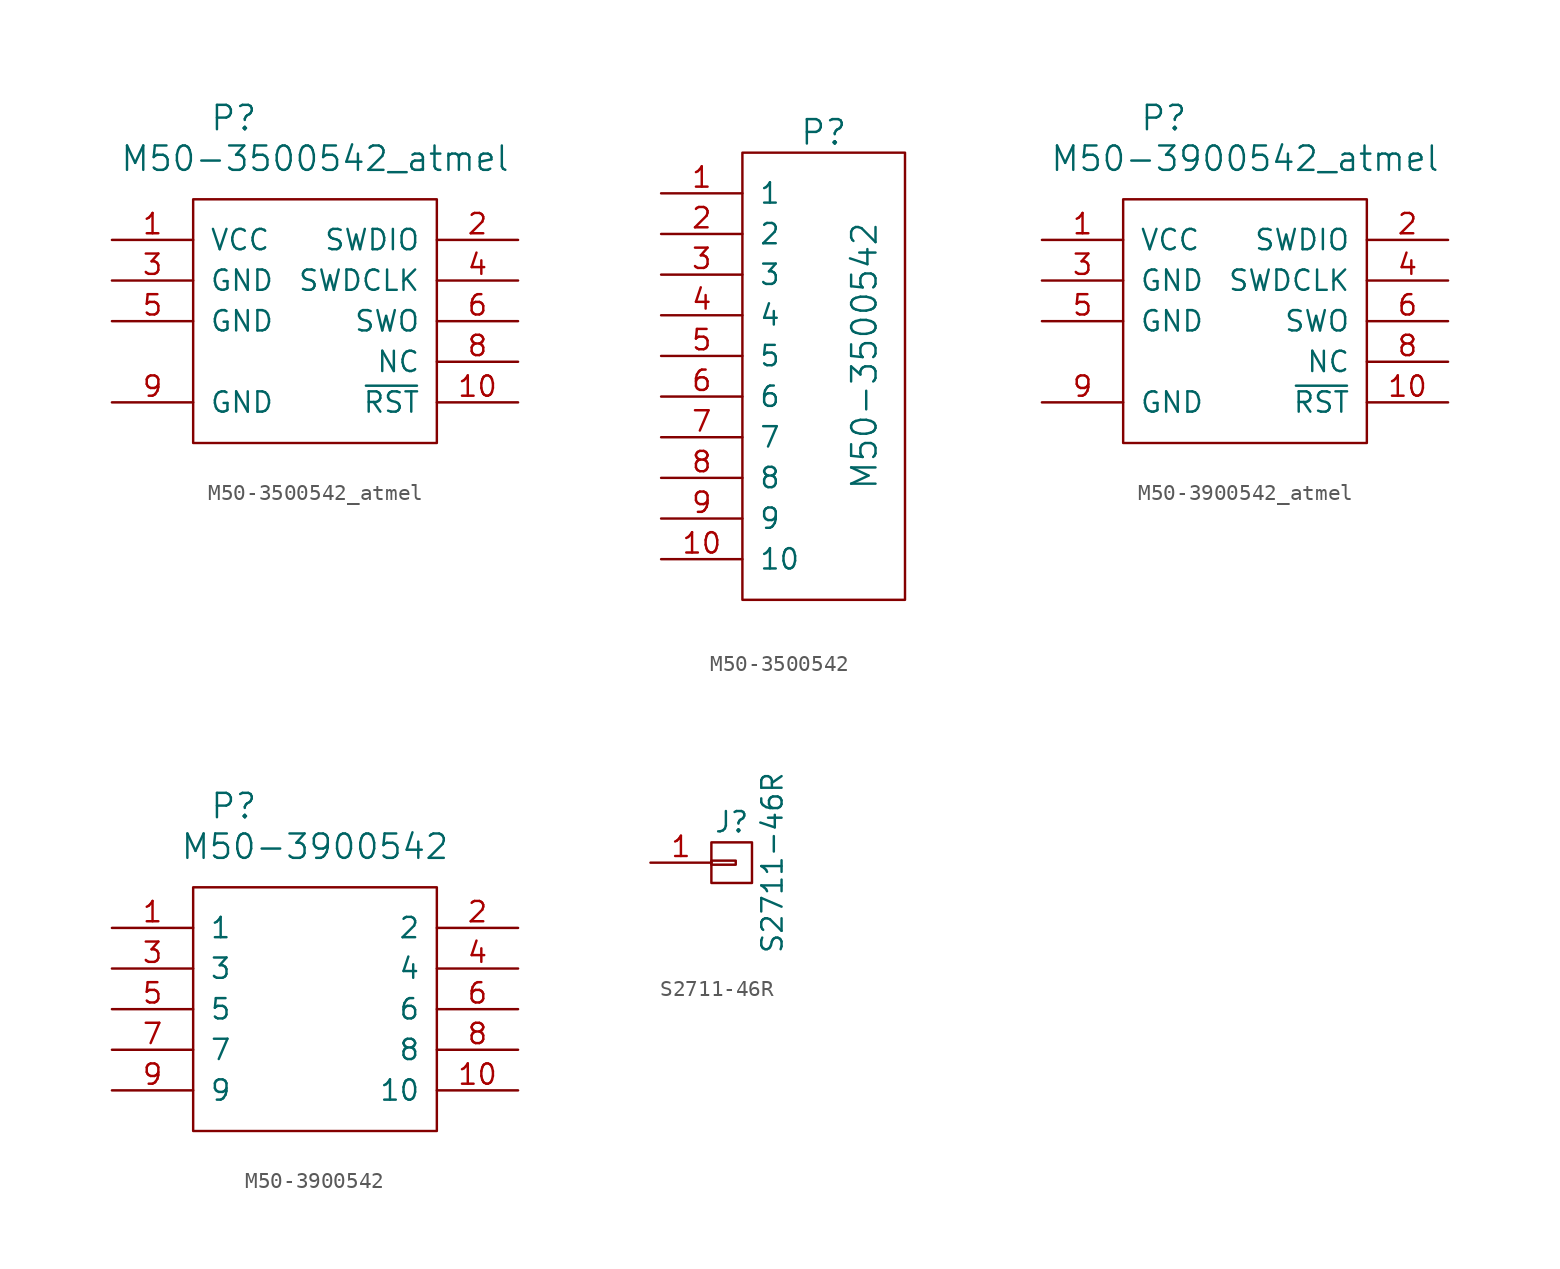
<source format=kicad_sym>
(kicad_symbol_lib
  (version 20220914)
  (generator kicad_symbol_editor)
  (symbol "M50-3500542_atmel"
    (pin_names
      (offset 1.016))
    (property "Reference" "P"
      (at 2.54 20.32 0)
      (effects (font (size 1.524 1.524))))
    (property "Value" "M50-3500542_atmel"
      (at 7.62 17.78 0)
      (effects (font (size 1.524 1.524))))
    (symbol "M50-3500542_atmel_0_1"
      (rectangle (start 0 0) (end 15.24 15.24) (stroke (width 0) (type solid)) (fill (type none))))
    (symbol "M50-3500542_atmel_1_1"
      (pin passive line (at -5.08 12.7 0) (length 5.08) (name "VCC" (effects (font (size 1.27 1.27)))) (number "1" (effects (font (size 1.27 1.27)))))
      (pin passive line (at 20.32 2.54 180) (length 5.08) (name "~{RST}" (effects (font (size 1.27 1.27)))) (number "10" (effects (font (size 1.27 1.27)))))
      (pin passive line (at 20.32 12.7 180) (length 5.08) (name "SWDIO" (effects (font (size 1.27 1.27)))) (number "2" (effects (font (size 1.27 1.27)))))
      (pin passive line (at -5.08 10.16 0) (length 5.08) (name "GND" (effects (font (size 1.27 1.27)))) (number "3" (effects (font (size 1.27 1.27)))))
      (pin passive line (at 20.32 10.16 180) (length 5.08) (name "SWDCLK" (effects (font (size 1.27 1.27)))) (number "4" (effects (font (size 1.27 1.27)))))
      (pin passive line (at -5.08 7.62 0) (length 5.08) (name "GND" (effects (font (size 1.27 1.27)))) (number "5" (effects (font (size 1.27 1.27)))))
      (pin passive line (at 20.32 7.62 180) (length 5.08) (name "SWO" (effects (font (size 1.27 1.27)))) (number "6" (effects (font (size 1.27 1.27)))))
      (pin passive line (at 20.32 5.08 180) (length 5.08) (name "NC" (effects (font (size 1.27 1.27)))) (number "8" (effects (font (size 1.27 1.27)))))
      (pin passive line (at -5.08 2.54 0) (length 5.08) (name "GND" (effects (font (size 1.27 1.27)))) (number "9" (effects (font (size 1.27 1.27)))))))
  (symbol "M50-3500542"
    (pin_names
      (offset 1.016))
    (property "Reference" "P"
      (at 5.08 29.21 0)
      (effects (font (size 1.524 1.524))))
    (property "Value" "M50-3500542"
      (at 7.62 15.24 90)
      (effects (font (size 1.524 1.524))))
    (symbol "M50-3500542_0_1"
      (rectangle (start 0 0) (end 10.16 27.94) (stroke (width 0) (type solid)) (fill (type none))))
    (symbol "M50-3500542_1_1"
      (pin passive line (at -5.08 25.4 0) (length 5.08) (name "1" (effects (font (size 1.27 1.27)))) (number "1" (effects (font (size 1.27 1.27)))))
      (pin passive line (at -5.08 2.54 0) (length 5.08) (name "10" (effects (font (size 1.27 1.27)))) (number "10" (effects (font (size 1.27 1.27)))))
      (pin passive line (at -5.08 22.86 0) (length 5.08) (name "2" (effects (font (size 1.27 1.27)))) (number "2" (effects (font (size 1.27 1.27)))))
      (pin passive line (at -5.08 20.32 0) (length 5.08) (name "3" (effects (font (size 1.27 1.27)))) (number "3" (effects (font (size 1.27 1.27)))))
      (pin passive line (at -5.08 17.78 0) (length 5.08) (name "4" (effects (font (size 1.27 1.27)))) (number "4" (effects (font (size 1.27 1.27)))))
      (pin passive line (at -5.08 15.24 0) (length 5.08) (name "5" (effects (font (size 1.27 1.27)))) (number "5" (effects (font (size 1.27 1.27)))))
      (pin passive line (at -5.08 12.7 0) (length 5.08) (name "6" (effects (font (size 1.27 1.27)))) (number "6" (effects (font (size 1.27 1.27)))))
      (pin passive line (at -5.08 10.16 0) (length 5.08) (name "7" (effects (font (size 1.27 1.27)))) (number "7" (effects (font (size 1.27 1.27)))))
      (pin passive line (at -5.08 7.62 0) (length 5.08) (name "8" (effects (font (size 1.27 1.27)))) (number "8" (effects (font (size 1.27 1.27)))))
      (pin passive line (at -5.08 5.08 0) (length 5.08) (name "9" (effects (font (size 1.27 1.27)))) (number "9" (effects (font (size 1.27 1.27)))))))
  (symbol "M50-3900542_atmel"
    (pin_names
      (offset 1.016))
    (property "Reference" "P"
      (at 2.54 20.32 0)
      (effects (font (size 1.524 1.524))))
    (property "Value" "M50-3900542_atmel"
      (at 7.62 17.78 0)
      (effects (font (size 1.524 1.524))))
    (symbol "M50-3900542_atmel_0_1"
      (rectangle (start 0 0) (end 15.24 15.24) (stroke (width 0) (type solid)) (fill (type none))))
    (symbol "M50-3900542_atmel_1_1"
      (pin passive line (at -5.08 12.7 0) (length 5.08) (name "VCC" (effects (font (size 1.27 1.27)))) (number "1" (effects (font (size 1.27 1.27)))))
      (pin passive line (at 20.32 2.54 180) (length 5.08) (name "~{RST}" (effects (font (size 1.27 1.27)))) (number "10" (effects (font (size 1.27 1.27)))))
      (pin passive line (at 20.32 12.7 180) (length 5.08) (name "SWDIO" (effects (font (size 1.27 1.27)))) (number "2" (effects (font (size 1.27 1.27)))))
      (pin passive line (at -5.08 10.16 0) (length 5.08) (name "GND" (effects (font (size 1.27 1.27)))) (number "3" (effects (font (size 1.27 1.27)))))
      (pin passive line (at 20.32 10.16 180) (length 5.08) (name "SWDCLK" (effects (font (size 1.27 1.27)))) (number "4" (effects (font (size 1.27 1.27)))))
      (pin passive line (at -5.08 7.62 0) (length 5.08) (name "GND" (effects (font (size 1.27 1.27)))) (number "5" (effects (font (size 1.27 1.27)))))
      (pin passive line (at 20.32 7.62 180) (length 5.08) (name "SWO" (effects (font (size 1.27 1.27)))) (number "6" (effects (font (size 1.27 1.27)))))
      (pin passive line (at 20.32 5.08 180) (length 5.08) (name "NC" (effects (font (size 1.27 1.27)))) (number "8" (effects (font (size 1.27 1.27)))))
      (pin passive line (at -5.08 2.54 0) (length 5.08) (name "GND" (effects (font (size 1.27 1.27)))) (number "9" (effects (font (size 1.27 1.27)))))))
  (symbol "M50-3900542"
    (pin_names
      (offset 1.016))
    (property "Reference" "P"
      (at 2.54 20.32 0)
      (effects (font (size 1.524 1.524))))
    (property "Value" "M50-3900542"
      (at 7.62 17.78 0)
      (effects (font (size 1.524 1.524))))
    (symbol "M50-3900542_0_1"
      (rectangle (start 0 0) (end 15.24 15.24) (stroke (width 0) (type solid)) (fill (type none))))
    (symbol "M50-3900542_1_1"
      (pin passive line (at -5.08 12.7 0) (length 5.08) (name "1" (effects (font (size 1.27 1.27)))) (number "1" (effects (font (size 1.27 1.27)))))
      (pin passive line (at 20.32 2.54 180) (length 5.08) (name "10" (effects (font (size 1.27 1.27)))) (number "10" (effects (font (size 1.27 1.27)))))
      (pin passive line (at 20.32 12.7 180) (length 5.08) (name "2" (effects (font (size 1.27 1.27)))) (number "2" (effects (font (size 1.27 1.27)))))
      (pin passive line (at -5.08 10.16 0) (length 5.08) (name "3" (effects (font (size 1.27 1.27)))) (number "3" (effects (font (size 1.27 1.27)))))
      (pin passive line (at 20.32 10.16 180) (length 5.08) (name "4" (effects (font (size 1.27 1.27)))) (number "4" (effects (font (size 1.27 1.27)))))
      (pin passive line (at -5.08 7.62 0) (length 5.08) (name "5" (effects (font (size 1.27 1.27)))) (number "5" (effects (font (size 1.27 1.27)))))
      (pin passive line (at 20.32 7.62 180) (length 5.08) (name "6" (effects (font (size 1.27 1.27)))) (number "6" (effects (font (size 1.27 1.27)))))
      (pin passive line (at -5.08 5.08 0) (length 5.08) (name "7" (effects (font (size 1.27 1.27)))) (number "7" (effects (font (size 1.27 1.27)))))
      (pin passive line (at 20.32 5.08 180) (length 5.08) (name "8" (effects (font (size 1.27 1.27)))) (number "8" (effects (font (size 1.27 1.27)))))
      (pin passive line (at -5.08 2.54 0) (length 5.08) (name "9" (effects (font (size 1.27 1.27)))) (number "9" (effects (font (size 1.27 1.27)))))))
  (symbol "S2711-46R"
    (pin_names
      (offset 1.016) hide)
    (property "Reference" "J"
      (at 0 2.54 0)
      (effects (font (size 1.27 1.27))))
    (property "Value" "S2711-46R"
      (at 2.54 0 90)
      (effects (font (size 1.27 1.27))))
    (symbol "S2711-46R_0_1"
      (rectangle (start -1.27 0.127) (end 0.254 -0.127) (stroke (width 0) (type solid)) (fill (type none)))
      (rectangle (start -1.27 1.27) (end 1.27 -1.27) (stroke (width 0) (type solid)) (fill (type none))))
    (symbol "S2711-46R_1_1"
      (pin passive line (at -5.08 0 0) (length 3.81) (name "P1" (effects (font (size 1.27 1.27)))) (number "1" (effects (font (size 1.27 1.27))))))))
</source>
